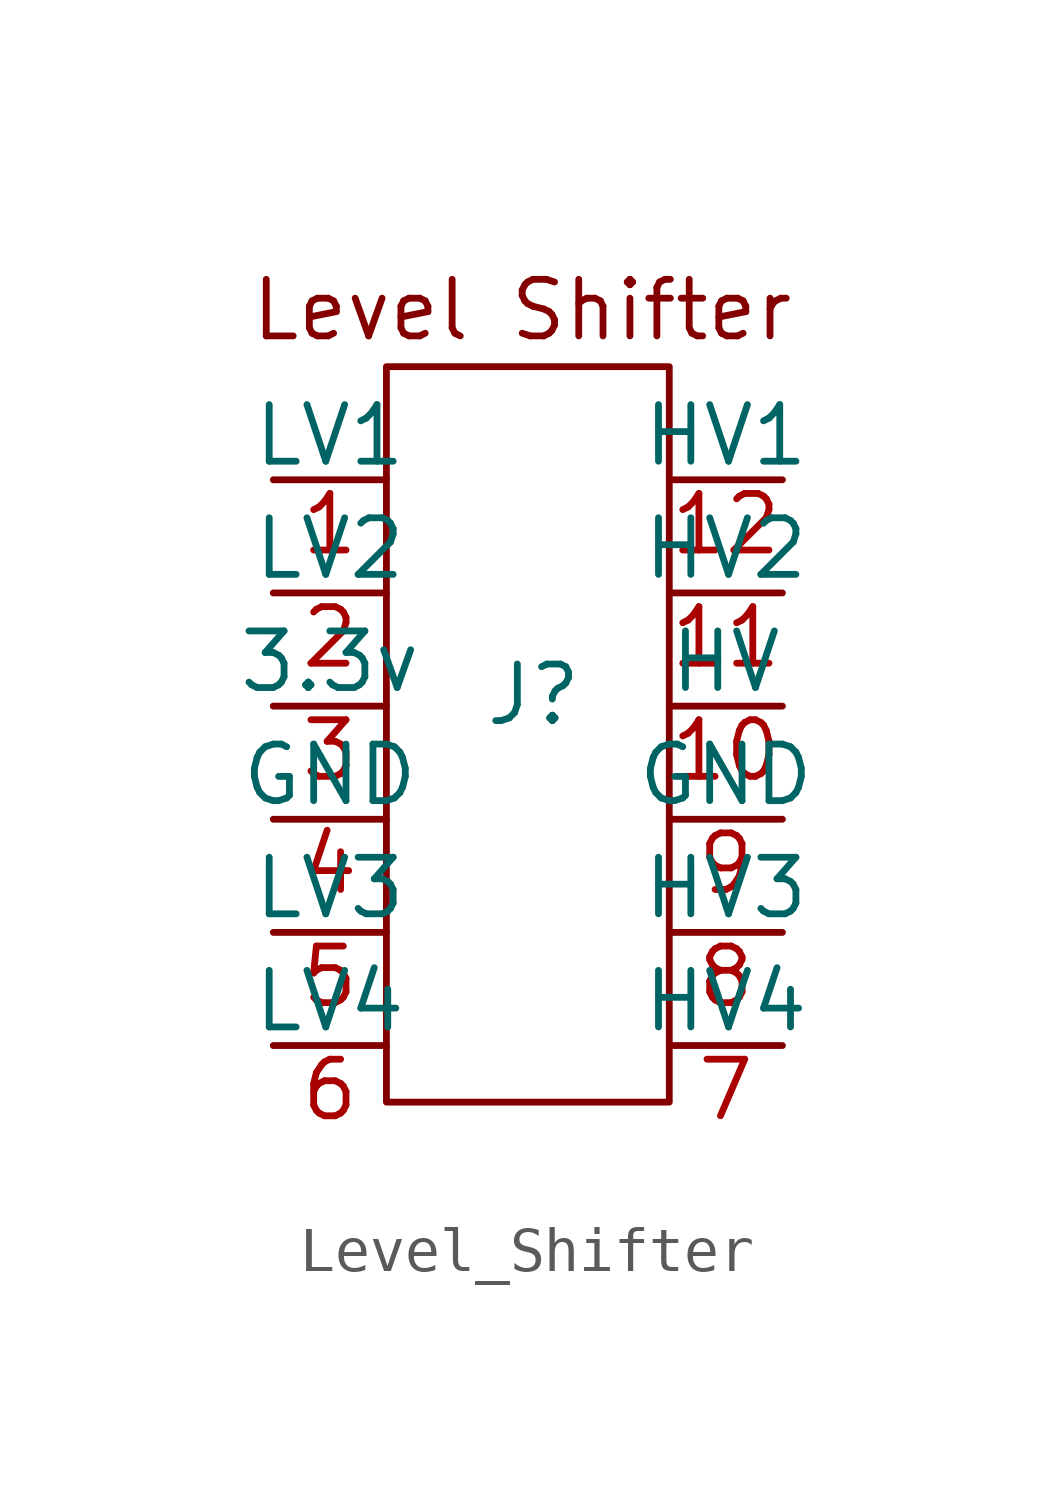
<source format=kicad_sym>
(kicad_symbol_lib
  (version 20231120)
  (generator "kicad_symbol_editor")
  (generator_version "8.0")
  (symbol "Level_Shifter"
    (pin_names
      (offset 0))
    (property "Reference" "J"
      (at -0.508 0.254 0)
      (effects (font (size 1.27 1.27))))
    (property "Value" ""
      (at -3.81 2.54 0)
      (effects (font (size 1.27 1.27))))
    (symbol "Level_Shifter_0_1"
      (rectangle (start 2.54 7.62) (end -3.81 -8.89) (stroke (width 0) (type default)) (fill (type none))))
    (symbol "Level_Shifter_1_1"
      (text "Level Shifter" (at -0.762 8.89 0) (effects (font (size 1.27 1.27))))
      (pin input line (at -6.35 5.08 0) (length 2.54) (name "LV1" (effects (font (size 1.27 1.27)))) (number "1" (effects (font (size 1.27 1.27)))))
      (pin input line (at 5.08 0 180) (length 2.54) (name "HV" (effects (font (size 1.27 1.27)))) (number "10" (effects (font (size 1.27 1.27)))))
      (pin input line (at 5.08 2.54 180) (length 2.54) (name "HV2" (effects (font (size 1.27 1.27)))) (number "11" (effects (font (size 1.27 1.27)))))
      (pin input line (at 5.08 5.08 180) (length 2.54) (name "HV1" (effects (font (size 1.27 1.27)))) (number "12" (effects (font (size 1.27 1.27)))))
      (pin input line (at -6.35 2.54 0) (length 2.54) (name "LV2" (effects (font (size 1.27 1.27)))) (number "2" (effects (font (size 1.27 1.27)))))
      (pin input line (at -6.35 0 0) (length 2.54) (name "3.3v" (effects (font (size 1.27 1.27)))) (number "3" (effects (font (size 1.27 1.27)))))
      (pin input line (at -6.35 -2.54 0) (length 2.54) (name "GND" (effects (font (size 1.27 1.27)))) (number "4" (effects (font (size 1.27 1.27)))))
      (pin input line (at -6.35 -5.08 0) (length 2.54) (name "LV3" (effects (font (size 1.27 1.27)))) (number "5" (effects (font (size 1.27 1.27)))))
      (pin input line (at -6.35 -7.62 0) (length 2.54) (name "LV4" (effects (font (size 1.27 1.27)))) (number "6" (effects (font (size 1.27 1.27)))))
      (pin input line (at 5.08 -7.62 180) (length 2.54) (name "HV4" (effects (font (size 1.27 1.27)))) (number "7" (effects (font (size 1.27 1.27)))))
      (pin input line (at 5.08 -5.08 180) (length 2.54) (name "HV3" (effects (font (size 1.27 1.27)))) (number "8" (effects (font (size 1.27 1.27)))))
      (pin input line (at 5.08 -2.54 180) (length 2.54) (name "GND" (effects (font (size 1.27 1.27)))) (number "9" (effects (font (size 1.27 1.27))))))))
</source>
